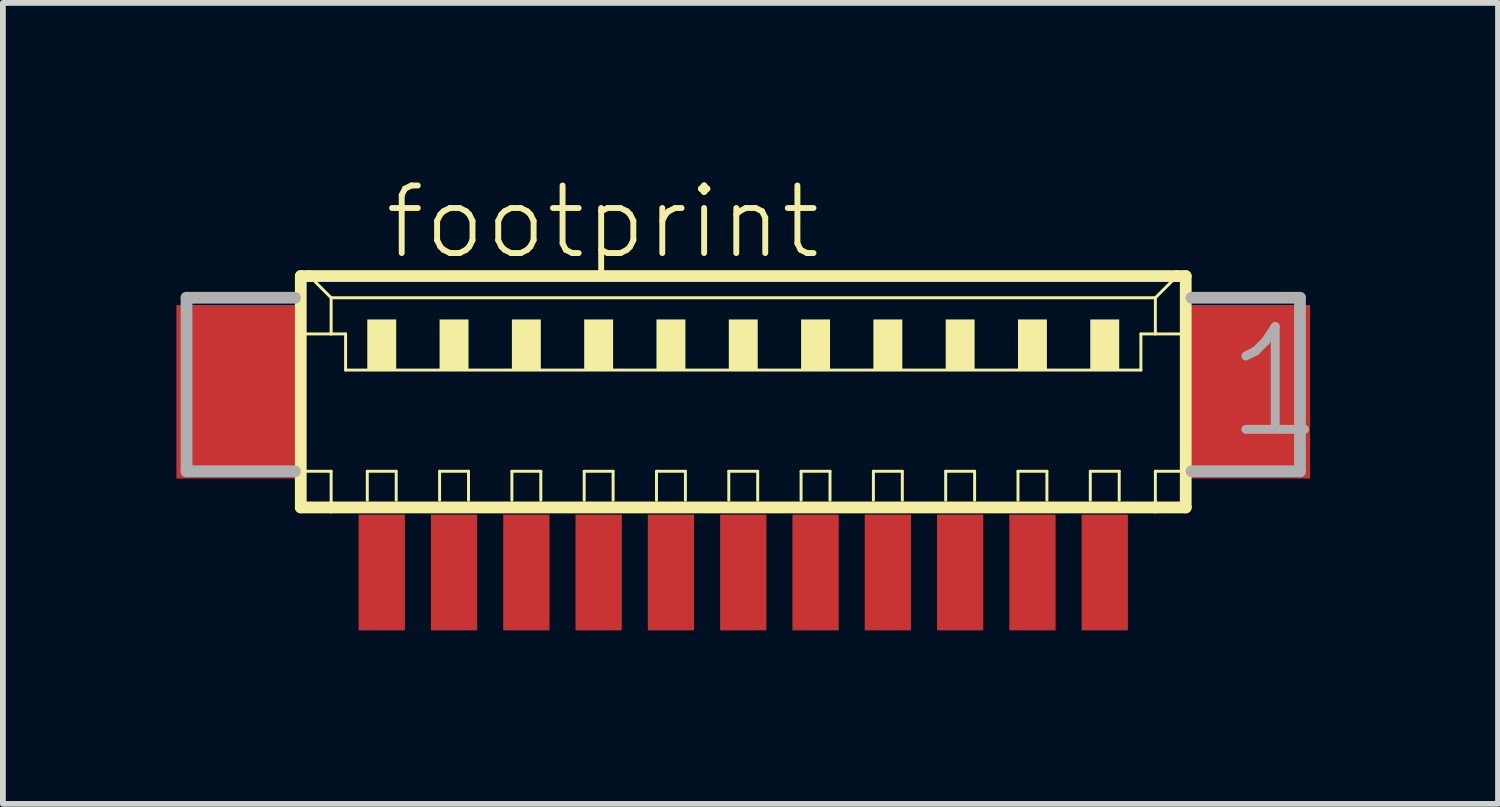
<source format=kicad_pcb>
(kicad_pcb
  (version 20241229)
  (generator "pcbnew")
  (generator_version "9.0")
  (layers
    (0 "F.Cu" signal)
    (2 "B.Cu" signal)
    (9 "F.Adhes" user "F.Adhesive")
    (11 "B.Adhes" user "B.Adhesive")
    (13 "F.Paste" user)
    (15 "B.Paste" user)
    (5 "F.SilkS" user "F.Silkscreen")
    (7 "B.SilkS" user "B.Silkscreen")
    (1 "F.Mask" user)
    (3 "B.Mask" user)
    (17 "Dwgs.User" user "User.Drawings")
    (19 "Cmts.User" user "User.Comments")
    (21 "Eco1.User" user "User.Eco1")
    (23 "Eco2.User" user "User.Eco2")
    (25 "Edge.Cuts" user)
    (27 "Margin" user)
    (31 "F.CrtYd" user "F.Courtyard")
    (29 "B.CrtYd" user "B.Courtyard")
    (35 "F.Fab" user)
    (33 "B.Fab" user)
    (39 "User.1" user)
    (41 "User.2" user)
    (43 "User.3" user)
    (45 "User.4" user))
  (footprint "footprint"
    (layer "F.Cu")
    (at 9.8 4.348)
    (property "Reference" "footprint" (at -6.25 -2.875 0) (layer "F.SilkS") (effects (font (size 1.168 1.168) (thickness 0.102)) (justify left bottom)))
    (fp_line (start -7.65 -2.625) (end -7.65 1.375) (stroke (width 0.203) (type solid)) (layer "F.SilkS"))
    (fp_line (start -7.65 1.375) (end -7.125 1.375) (stroke (width 0.203) (type solid)) (layer "F.SilkS"))
    (fp_line (start -7.625 -1.625) (end -7.125 -1.625) (stroke (width 0.051) (type solid)) (layer "F.SilkS"))
    (fp_line (start -7.625 0.75) (end -7.125 0.75) (stroke (width 0.051) (type solid)) (layer "F.SilkS"))
    (fp_line (start -7.5 -2.625) (end -7.65 -2.625) (stroke (width 0.203) (type solid)) (layer "F.SilkS"))
    (fp_line (start -7.125 -2.25) (end -7.5 -2.625) (stroke (width 0.051) (type solid)) (layer "F.SilkS"))
    (fp_line (start -7.125 -2.25) (end 7.125 -2.25) (stroke (width 0.051) (type solid)) (layer "F.SilkS"))
    (fp_line (start -7.125 -1.625) (end -7.125 -2.25) (stroke (width 0.051) (type solid)) (layer "F.SilkS"))
    (fp_line (start -7.125 -1.625) (end -6.875 -1.625) (stroke (width 0.051) (type solid)) (layer "F.SilkS"))
    (fp_line (start -7.125 0.75) (end -7.125 1.375) (stroke (width 0.051) (type solid)) (layer "F.SilkS"))
    (fp_line (start -7.125 1.375) (end 7.125 1.375) (stroke (width 0.203) (type solid)) (layer "F.SilkS"))
    (fp_line (start -6.875 -1.625) (end -6.875 -1) (stroke (width 0.051) (type solid)) (layer "F.SilkS"))
    (fp_line (start -6.875 -1) (end 6.875 -1) (stroke (width 0.051) (type solid)) (layer "F.SilkS"))
    (fp_line (start -6.5 0.75) (end -6 0.75) (stroke (width 0.051) (type solid)) (layer "F.SilkS"))
    (fp_line (start -6.5 1.25) (end -6.5 0.75) (stroke (width 0.051) (type solid)) (layer "F.SilkS"))
    (fp_line (start -6 0.75) (end -6 1.25) (stroke (width 0.051) (type solid)) (layer "F.SilkS"))
    (fp_line (start -5.25 0.75) (end -4.75 0.75) (stroke (width 0.051) (type solid)) (layer "F.SilkS"))
    (fp_line (start -5.25 1.25) (end -5.25 0.75) (stroke (width 0.051) (type solid)) (layer "F.SilkS"))
    (fp_line (start -4.75 0.75) (end -4.75 1.25) (stroke (width 0.051) (type solid)) (layer "F.SilkS"))
    (fp_line (start -4 0.75) (end -3.5 0.75) (stroke (width 0.051) (type solid)) (layer "F.SilkS"))
    (fp_line (start -4 1.25) (end -4 0.75) (stroke (width 0.051) (type solid)) (layer "F.SilkS"))
    (fp_line (start -3.5 0.75) (end -3.5 1.25) (stroke (width 0.051) (type solid)) (layer "F.SilkS"))
    (fp_line (start -2.75 0.75) (end -2.25 0.75) (stroke (width 0.051) (type solid)) (layer "F.SilkS"))
    (fp_line (start -2.75 1.25) (end -2.75 0.75) (stroke (width 0.051) (type solid)) (layer "F.SilkS"))
    (fp_line (start -2.25 0.75) (end -2.25 1.25) (stroke (width 0.051) (type solid)) (layer "F.SilkS"))
    (fp_line (start -1.5 0.75) (end -1 0.75) (stroke (width 0.051) (type solid)) (layer "F.SilkS"))
    (fp_line (start -1.5 1.25) (end -1.5 0.75) (stroke (width 0.051) (type solid)) (layer "F.SilkS"))
    (fp_line (start -1 0.75) (end -1 1.25) (stroke (width 0.051) (type solid)) (layer "F.SilkS"))
    (fp_line (start -0.25 0.75) (end 0.25 0.75) (stroke (width 0.051) (type solid)) (layer "F.SilkS"))
    (fp_line (start -0.25 1.25) (end -0.25 0.75) (stroke (width 0.051) (type solid)) (layer "F.SilkS"))
    (fp_line (start 0.25 0.75) (end 0.25 1.25) (stroke (width 0.051) (type solid)) (layer "F.SilkS"))
    (fp_line (start 1 0.75) (end 1.5 0.75) (stroke (width 0.051) (type solid)) (layer "F.SilkS"))
    (fp_line (start 1 1.25) (end 1 0.75) (stroke (width 0.051) (type solid)) (layer "F.SilkS"))
    (fp_line (start 1.5 0.75) (end 1.5 1.25) (stroke (width 0.051) (type solid)) (layer "F.SilkS"))
    (fp_line (start 2.25 0.75) (end 2.75 0.75) (stroke (width 0.051) (type solid)) (layer "F.SilkS"))
    (fp_line (start 2.25 1.25) (end 2.25 0.75) (stroke (width 0.051) (type solid)) (layer "F.SilkS"))
    (fp_line (start 2.75 0.75) (end 2.75 1.25) (stroke (width 0.051) (type solid)) (layer "F.SilkS"))
    (fp_line (start 3.5 0.75) (end 4 0.75) (stroke (width 0.051) (type solid)) (layer "F.SilkS"))
    (fp_line (start 3.5 1.25) (end 3.5 0.75) (stroke (width 0.051) (type solid)) (layer "F.SilkS"))
    (fp_line (start 4 0.75) (end 4 1.25) (stroke (width 0.051) (type solid)) (layer "F.SilkS"))
    (fp_line (start 4.75 0.75) (end 5.25 0.75) (stroke (width 0.051) (type solid)) (layer "F.SilkS"))
    (fp_line (start 4.75 1.25) (end 4.75 0.75) (stroke (width 0.051) (type solid)) (layer "F.SilkS"))
    (fp_line (start 5.25 0.75) (end 5.25 1.25) (stroke (width 0.051) (type solid)) (layer "F.SilkS"))
    (fp_line (start 6 0.75) (end 6.5 0.75) (stroke (width 0.051) (type solid)) (layer "F.SilkS"))
    (fp_line (start 6 1.25) (end 6 0.75) (stroke (width 0.051) (type solid)) (layer "F.SilkS"))
    (fp_line (start 6.5 0.75) (end 6.5 1.25) (stroke (width 0.051) (type solid)) (layer "F.SilkS"))
    (fp_line (start 6.875 -1.625) (end 6.875 -1) (stroke (width 0.051) (type solid)) (layer "F.SilkS"))
    (fp_line (start 6.875 -1.625) (end 7.125 -1.625) (stroke (width 0.051) (type solid)) (layer "F.SilkS"))
    (fp_line (start 7.125 -2.25) (end 7.125 -1.625) (stroke (width 0.051) (type solid)) (layer "F.SilkS"))
    (fp_line (start 7.125 -2.25) (end 7.5 -2.625) (stroke (width 0.051) (type solid)) (layer "F.SilkS"))
    (fp_line (start 7.125 -1.625) (end 7.625 -1.625) (stroke (width 0.051) (type solid)) (layer "F.SilkS"))
    (fp_line (start 7.125 0.75) (end 7.125 1.375) (stroke (width 0.051) (type solid)) (layer "F.SilkS"))
    (fp_line (start 7.125 0.75) (end 7.625 0.75) (stroke (width 0.051) (type solid)) (layer "F.SilkS"))
    (fp_line (start 7.125 1.375) (end 7.65 1.375) (stroke (width 0.203) (type solid)) (layer "F.SilkS"))
    (fp_line (start 7.5 -2.625) (end -7.5 -2.625) (stroke (width 0.203) (type solid)) (layer "F.SilkS"))
    (fp_line (start 7.65 -2.625) (end 7.5 -2.625) (stroke (width 0.203) (type solid)) (layer "F.SilkS"))
    (fp_line (start 7.65 1.375) (end 7.65 -2.625) (stroke (width 0.203) (type solid)) (layer "F.SilkS"))
    (fp_poly (pts (xy -6.5 -1) (xy -6 -1) (xy -6 -1.875) (xy -6.5 -1.875)) (stroke (width 0) (type solid)) (fill yes) (layer "F.SilkS"))
    (fp_poly (pts (xy -5.25 -1) (xy -4.75 -1) (xy -4.75 -1.875) (xy -5.25 -1.875)) (stroke (width 0) (type solid)) (fill yes) (layer "F.SilkS"))
    (fp_poly (pts (xy -4 -1) (xy -3.5 -1) (xy -3.5 -1.875) (xy -4 -1.875)) (stroke (width 0) (type solid)) (fill yes) (layer "F.SilkS"))
    (fp_poly (pts (xy -2.75 -1) (xy -2.25 -1) (xy -2.25 -1.875) (xy -2.75 -1.875)) (stroke (width 0) (type solid)) (fill yes) (layer "F.SilkS"))
    (fp_poly (pts (xy -1.5 -1) (xy -1 -1) (xy -1 -1.875) (xy -1.5 -1.875)) (stroke (width 0) (type solid)) (fill yes) (layer "F.SilkS"))
    (fp_poly (pts (xy -0.25 -1) (xy 0.25 -1) (xy 0.25 -1.875) (xy -0.25 -1.875)) (stroke (width 0) (type solid)) (fill yes) (layer "F.SilkS"))
    (fp_poly (pts (xy 1 -1) (xy 1.5 -1) (xy 1.5 -1.875) (xy 1 -1.875)) (stroke (width 0) (type solid)) (fill yes) (layer "F.SilkS"))
    (fp_poly (pts (xy 2.25 -1) (xy 2.75 -1) (xy 2.75 -1.875) (xy 2.25 -1.875)) (stroke (width 0) (type solid)) (fill yes) (layer "F.SilkS"))
    (fp_poly (pts (xy 3.5 -1) (xy 4 -1) (xy 4 -1.875) (xy 3.5 -1.875)) (stroke (width 0) (type solid)) (fill yes) (layer "F.SilkS"))
    (fp_poly (pts (xy 4.75 -1) (xy 5.25 -1) (xy 5.25 -1.875) (xy 4.75 -1.875)) (stroke (width 0) (type solid)) (fill yes) (layer "F.SilkS"))
    (fp_poly (pts (xy 6 -1) (xy 6.5 -1) (xy 6.5 -1.875) (xy 6 -1.875)) (stroke (width 0) (type solid)) (fill yes) (layer "F.SilkS"))
    (fp_line (start -9.625 -2.25) (end -9.625 0.75) (stroke (width 0.203) (type solid)) (layer "F.Fab"))
    (fp_line (start -9.625 0.75) (end -7.75 0.75) (stroke (width 0.203) (type solid)) (layer "F.Fab"))
    (fp_line (start -7.75 -2.25) (end -9.625 -2.25) (stroke (width 0.203) (type solid)) (layer "F.Fab"))
    (fp_line (start 7.75 0.75) (end 9.625 0.75) (stroke (width 0.203) (type solid)) (layer "F.Fab"))
    (fp_line (start 9.625 -2.25) (end 7.75 -2.25) (stroke (width 0.203) (type solid)) (layer "F.Fab"))
    (fp_line (start 9.625 0.75) (end 9.625 -2.25) (stroke (width 0.203) (type solid)) (layer "F.Fab"))
    (fp_text user "1" (at 8.25 0.25 0) (layer "F.Fab") (effects (font (size 1.776 1.776) (thickness 0.154)) (justify left bottom)))
    (pad "1" smd rect (at 6.25 2.5) (size 0.8 2) (layers "F.Cu" "F.Mask" "F.Paste"))
    (pad "2" smd rect (at 5 2.5) (size 0.8 2) (layers "F.Cu" "F.Mask" "F.Paste"))
    (pad "3" smd rect (at 3.75 2.5) (size 0.8 2) (layers "F.Cu" "F.Mask" "F.Paste"))
    (pad "4" smd rect (at 2.5 2.5) (size 0.8 2) (layers "F.Cu" "F.Mask" "F.Paste"))
    (pad "5" smd rect (at 1.25 2.5) (size 0.8 2) (layers "F.Cu" "F.Mask" "F.Paste"))
    (pad "6" smd rect (at 0 2.5) (size 0.8 2) (layers "F.Cu" "F.Mask" "F.Paste"))
    (pad "7" smd rect (at -1.25 2.5) (size 0.8 2) (layers "F.Cu" "F.Mask" "F.Paste"))
    (pad "8" smd rect (at -2.5 2.5) (size 0.8 2) (layers "F.Cu" "F.Mask" "F.Paste"))
    (pad "9" smd rect (at -3.75 2.5) (size 0.8 2) (layers "F.Cu" "F.Mask" "F.Paste"))
    (pad "10" smd rect (at -5 2.5) (size 0.8 2) (layers "F.Cu" "F.Mask" "F.Paste"))
    (pad "11" smd rect (at -6.25 2.5) (size 0.8 2) (layers "F.Cu" "F.Mask" "F.Paste"))
    (pad "S1" smd rect (at 8.75 -0.625) (size 2.1 3) (layers "F.Cu" "F.Mask" "F.Paste"))
    (pad "S2" smd rect (at -8.75 -0.625) (size 2.1 3) (layers "F.Cu" "F.Mask" "F.Paste")))
  (gr_rect
    (start -3 -3)
    (end 22.849 10.848)
    (stroke (width 0.1) (type default))
    (fill no)
    (layer "Edge.Cuts")))
</source>
